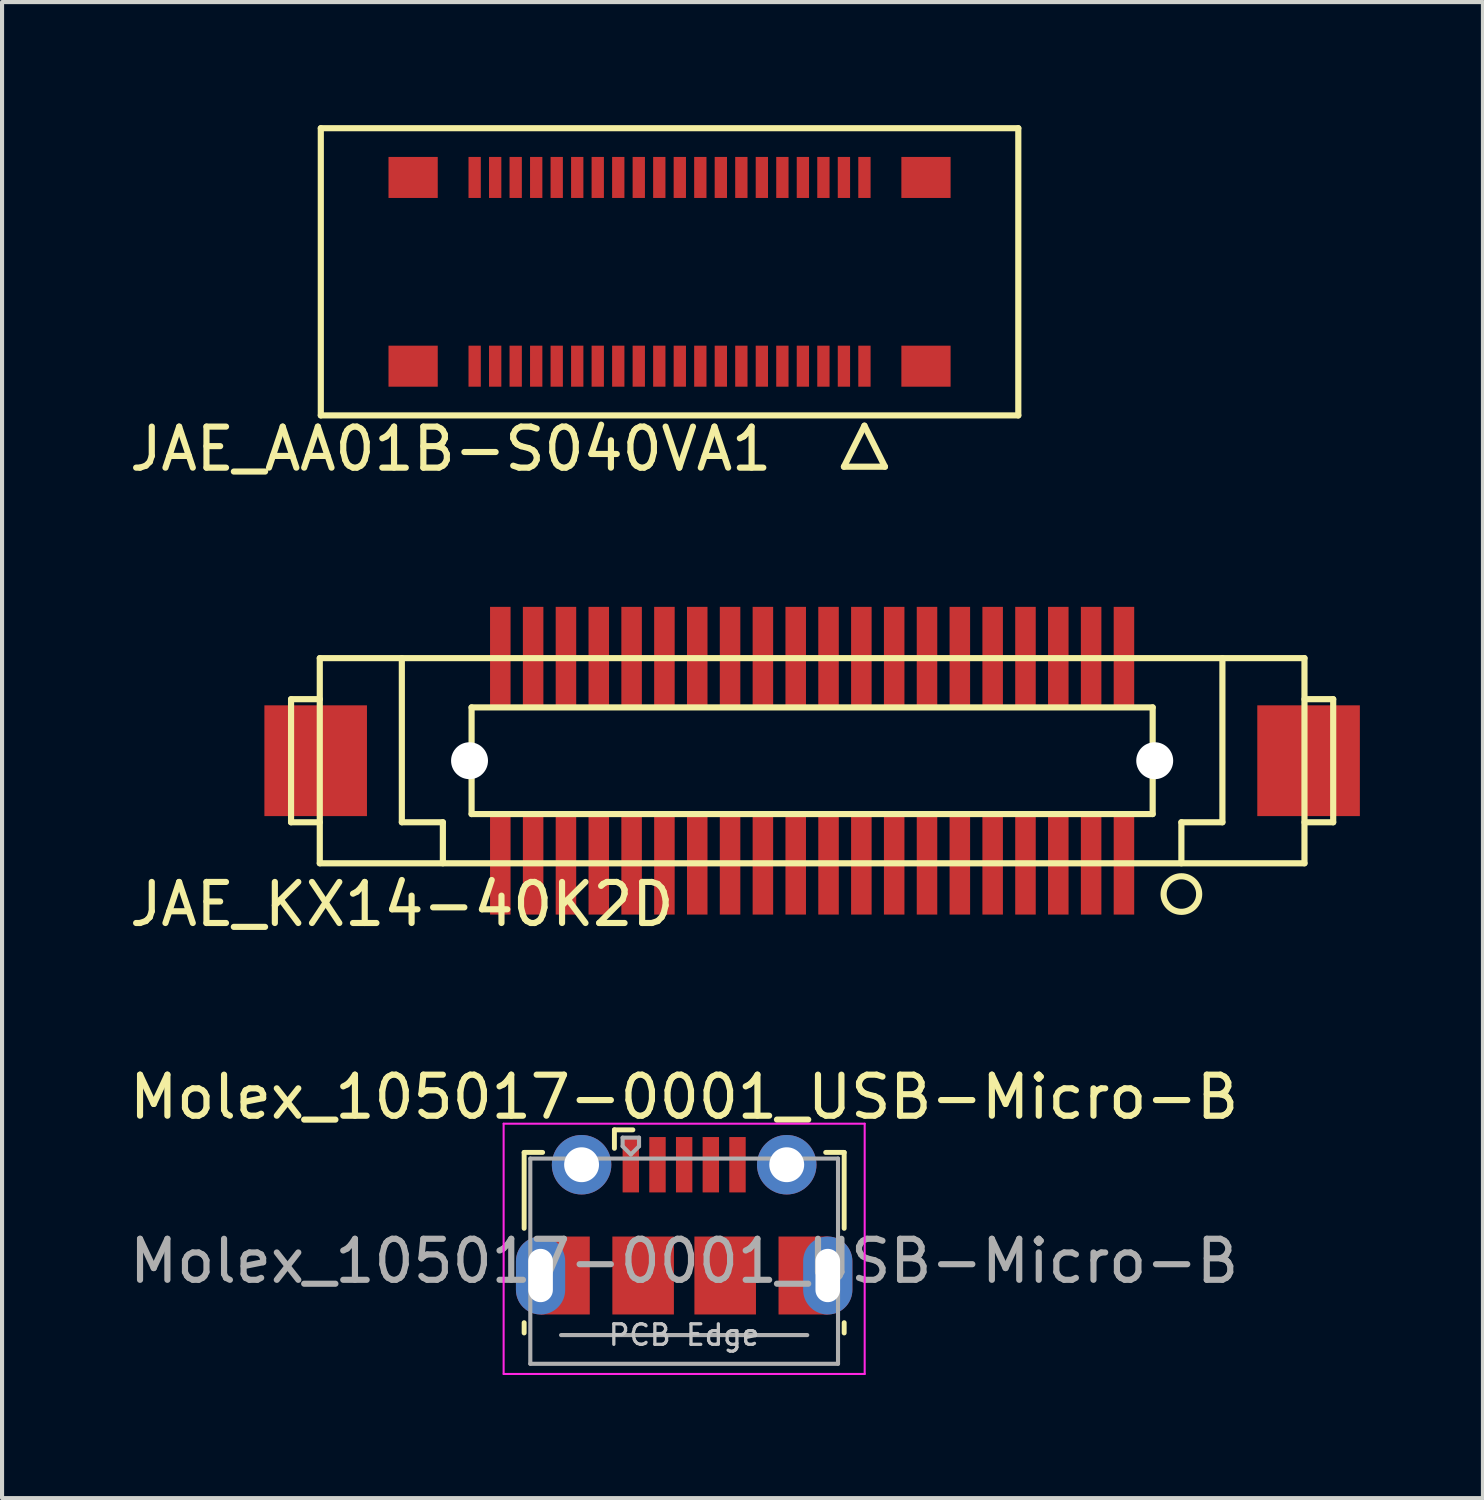
<source format=kicad_pcb>
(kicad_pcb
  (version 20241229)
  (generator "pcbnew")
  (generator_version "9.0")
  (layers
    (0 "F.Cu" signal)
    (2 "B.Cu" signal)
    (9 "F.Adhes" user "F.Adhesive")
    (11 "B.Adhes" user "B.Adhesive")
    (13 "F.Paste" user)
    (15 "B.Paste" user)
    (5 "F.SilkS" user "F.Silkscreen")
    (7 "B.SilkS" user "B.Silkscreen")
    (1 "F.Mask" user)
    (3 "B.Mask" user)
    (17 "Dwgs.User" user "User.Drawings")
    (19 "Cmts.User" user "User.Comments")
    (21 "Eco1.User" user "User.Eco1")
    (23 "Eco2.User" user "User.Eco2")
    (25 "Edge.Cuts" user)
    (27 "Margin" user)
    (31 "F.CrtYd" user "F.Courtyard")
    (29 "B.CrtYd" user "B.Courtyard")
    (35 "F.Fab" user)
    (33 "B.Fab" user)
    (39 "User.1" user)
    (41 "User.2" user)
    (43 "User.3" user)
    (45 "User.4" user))
  (footprint "JAE_KX14-40K2D"
    (layer "F.Cu")
    (at 16.744 15.491)
    (property "Reference" "JAE_KX14-40K2D" (at -10 3.5 0) (layer "F.SilkS") (effects (font (size 1 1) (thickness 0.15))))
    (attr smd)
    (fp_line (start -12.7 -1.5) (end -12.7 1.5) (stroke (width 0.15) (type solid)) (layer "F.SilkS"))
    (fp_line (start -12.7 1.5) (end -12 1.5) (stroke (width 0.15) (type solid)) (layer "F.SilkS"))
    (fp_line (start -12 -2.5) (end 12 -2.5) (stroke (width 0.15) (type solid)) (layer "F.SilkS"))
    (fp_line (start -12 -1.5) (end -12.7 -1.5) (stroke (width 0.15) (type solid)) (layer "F.SilkS"))
    (fp_line (start -12 2.5) (end -12 -2.5) (stroke (width 0.15) (type solid)) (layer "F.SilkS"))
    (fp_line (start -10 -2.5) (end -10 1.5) (stroke (width 0.15) (type solid)) (layer "F.SilkS"))
    (fp_line (start -10 1.5) (end -9 1.5) (stroke (width 0.15) (type solid)) (layer "F.SilkS"))
    (fp_line (start -9 1.5) (end -9 2.5) (stroke (width 0.15) (type solid)) (layer "F.SilkS"))
    (fp_line (start -8.3 -1.3) (end 8.3 -1.3) (stroke (width 0.15) (type solid)) (layer "F.SilkS"))
    (fp_line (start -8.3 1.3) (end -8.3 -1.3) (stroke (width 0.15) (type solid)) (layer "F.SilkS"))
    (fp_line (start 8.3 -1.3) (end 8.3 1.3) (stroke (width 0.15) (type solid)) (layer "F.SilkS"))
    (fp_line (start 8.3 1.3) (end -8.3 1.3) (stroke (width 0.15) (type solid)) (layer "F.SilkS"))
    (fp_line (start 9 1.5) (end 9 2.5) (stroke (width 0.15) (type solid)) (layer "F.SilkS"))
    (fp_line (start 10 -2.5) (end 10 1.5) (stroke (width 0.15) (type solid)) (layer "F.SilkS"))
    (fp_line (start 10 1.5) (end 9 1.5) (stroke (width 0.15) (type solid)) (layer "F.SilkS"))
    (fp_line (start 12 -2.5) (end 12 2.5) (stroke (width 0.15) (type solid)) (layer "F.SilkS"))
    (fp_line (start 12 -1.5) (end 12.7 -1.5) (stroke (width 0.15) (type solid)) (layer "F.SilkS"))
    (fp_line (start 12 2.5) (end -12 2.5) (stroke (width 0.15) (type solid)) (layer "F.SilkS"))
    (fp_line (start 12.7 -1.5) (end 12.7 1.5) (stroke (width 0.15) (type solid)) (layer "F.SilkS"))
    (fp_line (start 12.7 1.5) (end 12 1.5) (stroke (width 0.15) (type solid)) (layer "F.SilkS"))
    (fp_circle (center 9 3.25) (end 9.25 2.896) (stroke (width 0.15) (type solid)) (fill no) (layer "F.SilkS"))
    (pad "" np_thru_hole circle (at -8.35 0) (size 0.9 0.9) (drill 0.9) (layers "*.Cu" "*.Mask"))
    (pad "" np_thru_hole circle (at 8.35 0) (size 0.9 0.9) (drill 0.9) (layers "*.Cu" "*.Mask"))
    (pad "1" smd rect (at 7.6 2.55) (size 0.5 2.4) (layers "F.Cu" "F.Mask" "F.Paste"))
    (pad "2" smd rect (at 7.6 -2.55) (size 0.5 2.4) (layers "F.Cu" "F.Mask" "F.Paste"))
    (pad "3" smd rect (at 6.8 2.55) (size 0.5 2.4) (layers "F.Cu" "F.Mask" "F.Paste"))
    (pad "4" smd rect (at 6.8 -2.55) (size 0.5 2.4) (layers "F.Cu" "F.Mask" "F.Paste"))
    (pad "5" smd rect (at 6 2.55) (size 0.5 2.4) (layers "F.Cu" "F.Mask" "F.Paste"))
    (pad "6" smd rect (at 6 -2.55) (size 0.5 2.4) (layers "F.Cu" "F.Mask" "F.Paste"))
    (pad "7" smd rect (at 5.2 2.55) (size 0.5 2.4) (layers "F.Cu" "F.Mask" "F.Paste"))
    (pad "8" smd rect (at 5.2 -2.55) (size 0.5 2.4) (layers "F.Cu" "F.Mask" "F.Paste"))
    (pad "9" smd rect (at 4.4 2.55) (size 0.5 2.4) (layers "F.Cu" "F.Mask" "F.Paste"))
    (pad "10" smd rect (at 4.4 -2.55) (size 0.5 2.4) (layers "F.Cu" "F.Mask" "F.Paste"))
    (pad "11" smd rect (at 3.6 2.55) (size 0.5 2.4) (layers "F.Cu" "F.Mask" "F.Paste"))
    (pad "12" smd rect (at 3.6 -2.55) (size 0.5 2.4) (layers "F.Cu" "F.Mask" "F.Paste"))
    (pad "13" smd rect (at 2.8 2.55) (size 0.5 2.4) (layers "F.Cu" "F.Mask" "F.Paste"))
    (pad "14" smd rect (at 2.8 -2.55) (size 0.5 2.4) (layers "F.Cu" "F.Mask" "F.Paste"))
    (pad "15" smd rect (at 2 2.55) (size 0.5 2.4) (layers "F.Cu" "F.Mask" "F.Paste"))
    (pad "16" smd rect (at 2 -2.55) (size 0.5 2.4) (layers "F.Cu" "F.Mask" "F.Paste"))
    (pad "17" smd rect (at 1.2 2.55) (size 0.5 2.4) (layers "F.Cu" "F.Mask" "F.Paste"))
    (pad "18" smd rect (at 1.2 -2.55) (size 0.5 2.4) (layers "F.Cu" "F.Mask" "F.Paste"))
    (pad "19" smd rect (at 0.4 2.55) (size 0.5 2.4) (layers "F.Cu" "F.Mask" "F.Paste"))
    (pad "20" smd rect (at 0.4 -2.55) (size 0.5 2.4) (layers "F.Cu" "F.Mask" "F.Paste"))
    (pad "21" smd rect (at -0.4 2.55) (size 0.5 2.4) (layers "F.Cu" "F.Mask" "F.Paste"))
    (pad "22" smd rect (at -0.4 -2.55) (size 0.5 2.4) (layers "F.Cu" "F.Mask" "F.Paste"))
    (pad "23" smd rect (at -1.2 2.55) (size 0.5 2.4) (layers "F.Cu" "F.Mask" "F.Paste"))
    (pad "24" smd rect (at -1.2 -2.55) (size 0.5 2.4) (layers "F.Cu" "F.Mask" "F.Paste"))
    (pad "25" smd rect (at -2 2.55) (size 0.5 2.4) (layers "F.Cu" "F.Mask" "F.Paste"))
    (pad "26" smd rect (at -2 -2.55) (size 0.5 2.4) (layers "F.Cu" "F.Mask" "F.Paste"))
    (pad "27" smd rect (at -2.8 2.55) (size 0.5 2.4) (layers "F.Cu" "F.Mask" "F.Paste"))
    (pad "28" smd rect (at -2.8 -2.55) (size 0.5 2.4) (layers "F.Cu" "F.Mask" "F.Paste"))
    (pad "29" smd rect (at -3.6 2.55) (size 0.5 2.4) (layers "F.Cu" "F.Mask" "F.Paste"))
    (pad "30" smd rect (at -3.6 -2.55) (size 0.5 2.4) (layers "F.Cu" "F.Mask" "F.Paste"))
    (pad "31" smd rect (at -4.4 2.55) (size 0.5 2.4) (layers "F.Cu" "F.Mask" "F.Paste"))
    (pad "32" smd rect (at -4.4 -2.55) (size 0.5 2.4) (layers "F.Cu" "F.Mask" "F.Paste"))
    (pad "33" smd rect (at -5.2 2.55) (size 0.5 2.4) (layers "F.Cu" "F.Mask" "F.Paste"))
    (pad "34" smd rect (at -5.2 -2.55) (size 0.5 2.4) (layers "F.Cu" "F.Mask" "F.Paste"))
    (pad "35" smd rect (at -6 2.55) (size 0.5 2.4) (layers "F.Cu" "F.Mask" "F.Paste"))
    (pad "36" smd rect (at -6 -2.55) (size 0.5 2.4) (layers "F.Cu" "F.Mask" "F.Paste"))
    (pad "37" smd rect (at -6.8 2.55) (size 0.5 2.4) (layers "F.Cu" "F.Mask" "F.Paste"))
    (pad "38" smd rect (at -6.8 -2.55) (size 0.5 2.4) (layers "F.Cu" "F.Mask" "F.Paste"))
    (pad "39" smd rect (at -7.6 2.55) (size 0.5 2.4) (layers "F.Cu" "F.Mask" "F.Paste"))
    (pad "40" smd rect (at -7.6 -2.55) (size 0.5 2.4) (layers "F.Cu" "F.Mask" "F.Paste"))
    (pad "41" smd rect (at 12.1 0) (size 2.5 2.7) (layers "F.Cu" "F.Mask" "F.Paste"))
    (pad "42" smd rect (at -12.1 0) (size 2.5 2.7) (layers "F.Cu" "F.Mask" "F.Paste")))
  (footprint "JAE_AA01B-S040VA1"
    (layer "F.Cu")
    (at 13.269 3.575)
    (property "Reference" "JAE_AA01B-S040VA1" (at -5.334 4.318 0) (layer "F.SilkS") (effects (font (size 1 1) (thickness 0.15))))
    (attr smd)
    (fp_line (start -8.5 -3.5) (end 8.5 -3.5) (stroke (width 0.15) (type solid)) (layer "F.SilkS"))
    (fp_line (start -8.5 3.5) (end -8.5 -3.5) (stroke (width 0.15) (type solid)) (layer "F.SilkS"))
    (fp_line (start 4.25 4.75) (end 5.25 4.75) (stroke (width 0.15) (type solid)) (layer "F.SilkS"))
    (fp_line (start 4.75 3.75) (end 4.25 4.75) (stroke (width 0.15) (type solid)) (layer "F.SilkS"))
    (fp_line (start 5.25 4.75) (end 4.75 3.75) (stroke (width 0.15) (type solid)) (layer "F.SilkS"))
    (fp_line (start 8.5 -3.5) (end 8.5 3.5) (stroke (width 0.15) (type solid)) (layer "F.SilkS"))
    (fp_line (start 8.5 3.5) (end -8.5 3.5) (stroke (width 0.15) (type solid)) (layer "F.SilkS"))
    (pad "1" smd rect (at 4.75 2.3) (size 0.3 1) (layers "F.Cu" "F.Mask" "F.Paste"))
    (pad "2" smd rect (at 4.75 -2.3) (size 0.3 1) (layers "F.Cu" "F.Mask" "F.Paste"))
    (pad "3" smd rect (at 4.25 2.3) (size 0.3 1) (layers "F.Cu" "F.Mask" "F.Paste"))
    (pad "4" smd rect (at 4.25 -2.3) (size 0.3 1) (layers "F.Cu" "F.Mask" "F.Paste"))
    (pad "5" smd rect (at 3.75 2.3) (size 0.3 1) (layers "F.Cu" "F.Mask" "F.Paste"))
    (pad "6" smd rect (at 3.75 -2.3) (size 0.3 1) (layers "F.Cu" "F.Mask" "F.Paste"))
    (pad "7" smd rect (at 3.25 2.3) (size 0.3 1) (layers "F.Cu" "F.Mask" "F.Paste"))
    (pad "8" smd rect (at 3.25 -2.3) (size 0.3 1) (layers "F.Cu" "F.Mask" "F.Paste"))
    (pad "9" smd rect (at 2.75 2.3) (size 0.3 1) (layers "F.Cu" "F.Mask" "F.Paste"))
    (pad "10" smd rect (at 2.75 -2.3) (size 0.3 1) (layers "F.Cu" "F.Mask" "F.Paste"))
    (pad "11" smd rect (at 2.25 2.3) (size 0.3 1) (layers "F.Cu" "F.Mask" "F.Paste"))
    (pad "12" smd rect (at 2.25 -2.3) (size 0.3 1) (layers "F.Cu" "F.Mask" "F.Paste"))
    (pad "13" smd rect (at 1.75 2.3) (size 0.3 1) (layers "F.Cu" "F.Mask" "F.Paste"))
    (pad "14" smd rect (at 1.75 -2.3) (size 0.3 1) (layers "F.Cu" "F.Mask" "F.Paste"))
    (pad "15" smd rect (at 1.25 2.3) (size 0.3 1) (layers "F.Cu" "F.Mask" "F.Paste"))
    (pad "16" smd rect (at 1.25 -2.3) (size 0.3 1) (layers "F.Cu" "F.Mask" "F.Paste"))
    (pad "17" smd rect (at 0.75 2.3) (size 0.3 1) (layers "F.Cu" "F.Mask" "F.Paste"))
    (pad "18" smd rect (at 0.75 -2.3) (size 0.3 1) (layers "F.Cu" "F.Mask" "F.Paste"))
    (pad "19" smd rect (at 0.25 2.3) (size 0.3 1) (layers "F.Cu" "F.Mask" "F.Paste"))
    (pad "20" smd rect (at 0.25 -2.3) (size 0.3 1) (layers "F.Cu" "F.Mask" "F.Paste"))
    (pad "21" smd rect (at -0.25 2.3) (size 0.3 1) (layers "F.Cu" "F.Mask" "F.Paste"))
    (pad "22" smd rect (at -0.25 -2.3) (size 0.3 1) (layers "F.Cu" "F.Mask" "F.Paste"))
    (pad "23" smd rect (at -0.75 2.3) (size 0.3 1) (layers "F.Cu" "F.Mask" "F.Paste"))
    (pad "24" smd rect (at -0.75 -2.3) (size 0.3 1) (layers "F.Cu" "F.Mask" "F.Paste"))
    (pad "25" smd rect (at -1.25 2.3) (size 0.3 1) (layers "F.Cu" "F.Mask" "F.Paste"))
    (pad "26" smd rect (at -1.25 -2.3) (size 0.3 1) (layers "F.Cu" "F.Mask" "F.Paste"))
    (pad "27" smd rect (at -1.75 2.3) (size 0.3 1) (layers "F.Cu" "F.Mask" "F.Paste"))
    (pad "28" smd rect (at -1.75 -2.3) (size 0.3 1) (layers "F.Cu" "F.Mask" "F.Paste"))
    (pad "29" smd rect (at -2.25 2.3) (size 0.3 1) (layers "F.Cu" "F.Mask" "F.Paste"))
    (pad "30" smd rect (at -2.25 -2.3) (size 0.3 1) (layers "F.Cu" "F.Mask" "F.Paste"))
    (pad "31" smd rect (at -2.75 2.3) (size 0.3 1) (layers "F.Cu" "F.Mask" "F.Paste"))
    (pad "32" smd rect (at -2.75 -2.3) (size 0.3 1) (layers "F.Cu" "F.Mask" "F.Paste"))
    (pad "33" smd rect (at -3.25 2.3) (size 0.3 1) (layers "F.Cu" "F.Mask" "F.Paste"))
    (pad "34" smd rect (at -3.25 -2.3) (size 0.3 1) (layers "F.Cu" "F.Mask" "F.Paste"))
    (pad "35" smd rect (at -3.75 2.3) (size 0.3 1) (layers "F.Cu" "F.Mask" "F.Paste"))
    (pad "36" smd rect (at -3.75 -2.3) (size 0.3 1) (layers "F.Cu" "F.Mask" "F.Paste"))
    (pad "37" smd rect (at -4.25 2.3) (size 0.3 1) (layers "F.Cu" "F.Mask" "F.Paste"))
    (pad "38" smd rect (at -4.25 -2.3) (size 0.3 1) (layers "F.Cu" "F.Mask" "F.Paste"))
    (pad "39" smd rect (at -4.75 2.3) (size 0.3 1) (layers "F.Cu" "F.Mask" "F.Paste"))
    (pad "40" smd rect (at -4.75 -2.3) (size 0.3 1) (layers "F.Cu" "F.Mask" "F.Paste"))
    (pad "41" smd rect (at 6.25 2.3) (size 1.2 1) (layers "F.Cu" "F.Mask" "F.Paste"))
    (pad "42" smd rect (at 6.25 -2.3) (size 1.2 1) (layers "F.Cu" "F.Mask" "F.Paste"))
    (pad "43" smd rect (at -6.25 2.3) (size 1.2 1) (layers "F.Cu" "F.Mask" "F.Paste"))
    (pad "44" smd rect (at -6.25 -2.3) (size 1.2 1) (layers "F.Cu" "F.Mask" "F.Paste")))
  (footprint "Molex_105017-0001_USB-Micro-B"
    (layer "F.Cu")
    (at 13.625 27.688)
    (property "Reference" "Molex_105017-0001_USB-Micro-B" (at 0 -4 0) (layer "F.SilkS") (effects (font (size 1 1) (thickness 0.15))))
    (attr smd)
    (fp_line (start -3.9 -2.65) (end -3.45 -2.65) (stroke (width 0.12) (type solid)) (layer "F.SilkS"))
    (fp_line (start -3.9 -0.8) (end -3.9 -2.65) (stroke (width 0.12) (type solid)) (layer "F.SilkS"))
    (fp_line (start -3.9 1.75) (end -3.9 1.5) (stroke (width 0.12) (type solid)) (layer "F.SilkS"))
    (fp_line (start -1.7 -3.2) (end -1.7 -2.75) (stroke (width 0.12) (type solid)) (layer "F.SilkS"))
    (fp_line (start -1.7 -3.2) (end -1.25 -3.2) (stroke (width 0.12) (type solid)) (layer "F.SilkS"))
    (fp_line (start 3.9 -2.65) (end 3.45 -2.65) (stroke (width 0.12) (type solid)) (layer "F.SilkS"))
    (fp_line (start 3.9 -0.8) (end 3.9 -2.65) (stroke (width 0.12) (type solid)) (layer "F.SilkS"))
    (fp_line (start 3.9 1.75) (end 3.9 1.5) (stroke (width 0.12) (type solid)) (layer "F.SilkS"))
    (fp_line (start -4.4 -3.35) (end 4.4 -3.35) (stroke (width 0.05) (type solid)) (layer "F.CrtYd"))
    (fp_line (start -4.4 2.75) (end -4.4 -3.35) (stroke (width 0.05) (type solid)) (layer "F.CrtYd"))
    (fp_line (start -4.4 2.75) (end 4.4 2.75) (stroke (width 0.05) (type solid)) (layer "F.CrtYd"))
    (fp_line (start 4.4 -3.35) (end 4.4 2.75) (stroke (width 0.05) (type solid)) (layer "F.CrtYd"))
    (fp_line (start -3.75 -2.5) (end 3.75 -2.5) (stroke (width 0.1) (type solid)) (layer "F.Fab"))
    (fp_line (start -3.75 2.5) (end -3.75 -2.5) (stroke (width 0.1) (type solid)) (layer "F.Fab"))
    (fp_line (start -3.75 2.502) (end 3.75 2.502) (stroke (width 0.1) (type solid)) (layer "F.Fab"))
    (fp_line (start -3 1.802) (end 3 1.802) (stroke (width 0.1) (type solid)) (layer "F.Fab"))
    (fp_line (start -1.5 -3.01) (end -1.5 -2.8) (stroke (width 0.1) (type solid)) (layer "F.Fab"))
    (fp_line (start -1.5 -3.01) (end -1.1 -3.01) (stroke (width 0.1) (type solid)) (layer "F.Fab"))
    (fp_line (start -1.3 -2.6) (end -1.5 -2.8) (stroke (width 0.1) (type solid)) (layer "F.Fab"))
    (fp_line (start -1.1 -3.01) (end -1.1 -2.8) (stroke (width 0.1) (type solid)) (layer "F.Fab"))
    (fp_line (start -1.1 -2.8) (end -1.3 -2.6) (stroke (width 0.1) (type solid)) (layer "F.Fab"))
    (fp_line (start 3.75 2.5) (end 3.75 -2.5) (stroke (width 0.1) (type solid)) (layer "F.Fab"))
    (fp_text user "PCB Edge" (at 0 1.8 0) (layer "Dwgs.User") (effects (font (size 0.5 0.5) (thickness 0.08))))
    (fp_text user "${REFERENCE}" (at 0 0 0) (layer "F.Fab") (effects (font (size 1 1) (thickness 0.15))))
    (pad "1" smd rect (at -1.3 -2.35) (size 0.4 1.35) (layers "F.Cu" "F.Mask" "F.Paste"))
    (pad "2" smd rect (at -0.65 -2.35) (size 0.4 1.35) (layers "F.Cu" "F.Mask" "F.Paste"))
    (pad "3" smd rect (at 0 -2.35) (size 0.4 1.35) (layers "F.Cu" "F.Mask" "F.Paste"))
    (pad "4" smd rect (at 0.65 -2.35) (size 0.4 1.35) (layers "F.Cu" "F.Mask" "F.Paste"))
    (pad "5" smd rect (at 1.3 -2.35) (size 0.4 1.35) (layers "F.Cu" "F.Mask" "F.Paste"))
    (pad "6" thru_hole oval (at -3.5 0.35 180) (size 1.2 1.9) (drill oval 0.6 1.3) (layers "*.Cu" "*.Mask"))
    (pad "6" smd rect (at -2.9 0.35) (size 1.2 1.9) (layers "F.Cu" "F.Mask"))
    (pad "6" thru_hole circle (at -2.5 -2.35) (size 1.45 1.45) (drill 0.85) (layers "*.Cu" "*.Mask"))
    (pad "6" smd rect (at -1 0.35) (size 1.5 1.9) (layers "F.Cu" "F.Mask" "F.Paste"))
    (pad "6" smd rect (at 1 0.35) (size 1.5 1.9) (layers "F.Cu" "F.Mask" "F.Paste"))
    (pad "6" thru_hole circle (at 2.5 -2.35) (size 1.45 1.45) (drill 0.85) (layers "*.Cu" "*.Mask"))
    (pad "6" smd rect (at 2.9 0.35) (size 1.2 1.9) (layers "F.Cu" "F.Mask"))
    (pad "6" thru_hole oval (at 3.5 0.35) (size 1.2 1.9) (drill oval 0.6 1.3) (layers "*.Cu" "*.Mask")))
  (gr_rect
    (start -3 -3)
    (end 33.094 33.463)
    (stroke (width 0.1) (type default))
    (fill no)
    (layer "Edge.Cuts")))
</source>
